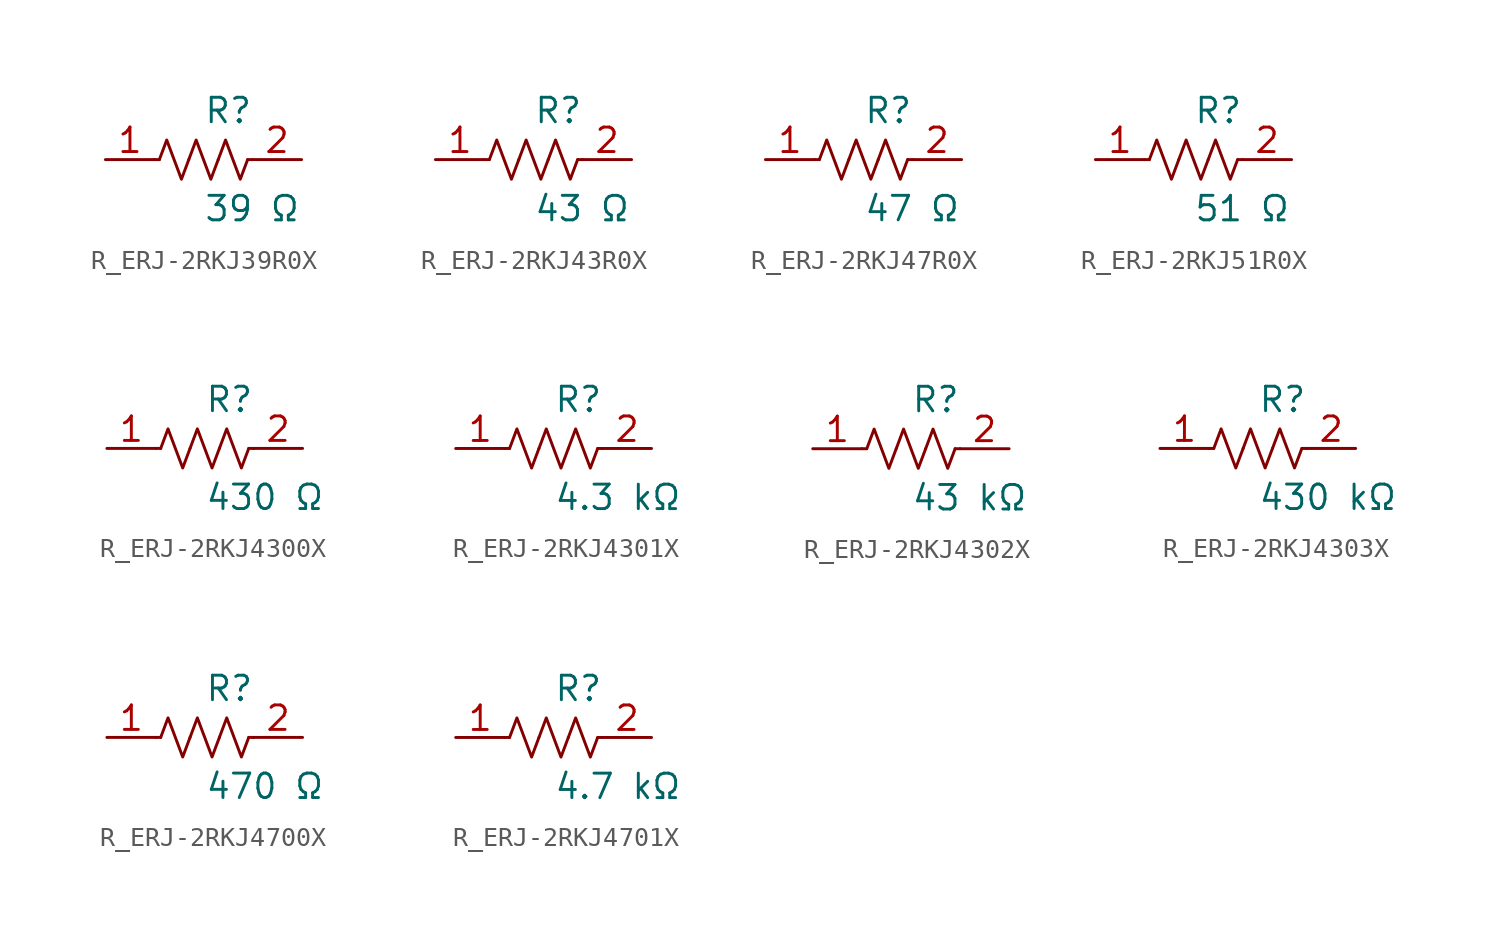
<source format=kicad_sym>
(kicad_symbol_lib
  (version 20231120)
  (generator kicad_symbol_editor)
  (generator_version 8.0)
  (symbol "R_ERJ-2RKJ39R0X"
    (pin_names
      (offset 0.254))
    (property "Reference" "R"
      (at 0 2.54 0)
      (effects (font (size 1.27 1.27)) (justify left)))
    (property "Value" "39 Ω"
      (at 0 -2.54 0)
      (effects (font (size 1.27 1.27)) (justify left)))
    (symbol "R_ERJ-2RKJ39R0X_0_1"
      (polyline (pts (xy 2.286 0) (xy 2.54 0)) (stroke (width 0) (type default)) (fill (type none)))
      (polyline (pts (xy -2.286 0) (xy -2.54 0)) (stroke (width 0) (type default)) (fill (type none)))
      (polyline (pts (xy 0.762 0) (xy 1.143 1.016) (xy 1.524 0) (xy 1.905 -1.016) (xy 2.286 0)) (stroke (width 0) (type default)) (fill (type none)))
      (polyline (pts (xy -0.762 0) (xy -0.381 1.016) (xy 0 0) (xy 0.381 -1.016) (xy 0.762 0)) (stroke (width 0) (type default)) (fill (type none)))
      (polyline (pts (xy -2.286 0) (xy -1.905 1.016) (xy -1.524 0) (xy -1.143 -1.016) (xy -0.762 0)) (stroke (width 0) (type default)) (fill (type none))))
    (pin unspecified line
      (at -5.08 0 0)
      (length 2.54)
      (name "" (effects (font (size 1.27 1.27))))
      (number "1" (effects (font (size 1.27 1.27)))))
    (pin unspecified line
      (at 5.08 0 180)
      (length 2.54)
      (name "" (effects (font (size 1.27 1.27))))
      (number "2" (effects (font (size 1.27 1.27))))))
  (symbol "R_ERJ-2RKJ43R0X"
    (pin_names
      (offset 0.254))
    (property "Reference" "R"
      (at 0 2.54 0)
      (effects (font (size 1.27 1.27)) (justify left)))
    (property "Value" "43 Ω"
      (at 0 -2.54 0)
      (effects (font (size 1.27 1.27)) (justify left)))
    (symbol "R_ERJ-2RKJ43R0X_0_1"
      (polyline (pts (xy 2.286 0) (xy 2.54 0)) (stroke (width 0) (type default)) (fill (type none)))
      (polyline (pts (xy -2.286 0) (xy -2.54 0)) (stroke (width 0) (type default)) (fill (type none)))
      (polyline (pts (xy 0.762 0) (xy 1.143 1.016) (xy 1.524 0) (xy 1.905 -1.016) (xy 2.286 0)) (stroke (width 0) (type default)) (fill (type none)))
      (polyline (pts (xy -0.762 0) (xy -0.381 1.016) (xy 0 0) (xy 0.381 -1.016) (xy 0.762 0)) (stroke (width 0) (type default)) (fill (type none)))
      (polyline (pts (xy -2.286 0) (xy -1.905 1.016) (xy -1.524 0) (xy -1.143 -1.016) (xy -0.762 0)) (stroke (width 0) (type default)) (fill (type none))))
    (pin unspecified line
      (at -5.08 0 0)
      (length 2.54)
      (name "" (effects (font (size 1.27 1.27))))
      (number "1" (effects (font (size 1.27 1.27)))))
    (pin unspecified line
      (at 5.08 0 180)
      (length 2.54)
      (name "" (effects (font (size 1.27 1.27))))
      (number "2" (effects (font (size 1.27 1.27))))))
  (symbol "R_ERJ-2RKJ47R0X"
    (pin_names
      (offset 0.254))
    (property "Reference" "R"
      (at 0 2.54 0)
      (effects (font (size 1.27 1.27)) (justify left)))
    (property "Value" "47 Ω"
      (at 0 -2.54 0)
      (effects (font (size 1.27 1.27)) (justify left)))
    (symbol "R_ERJ-2RKJ47R0X_0_1"
      (polyline (pts (xy 2.286 0) (xy 2.54 0)) (stroke (width 0) (type default)) (fill (type none)))
      (polyline (pts (xy -2.286 0) (xy -2.54 0)) (stroke (width 0) (type default)) (fill (type none)))
      (polyline (pts (xy 0.762 0) (xy 1.143 1.016) (xy 1.524 0) (xy 1.905 -1.016) (xy 2.286 0)) (stroke (width 0) (type default)) (fill (type none)))
      (polyline (pts (xy -0.762 0) (xy -0.381 1.016) (xy 0 0) (xy 0.381 -1.016) (xy 0.762 0)) (stroke (width 0) (type default)) (fill (type none)))
      (polyline (pts (xy -2.286 0) (xy -1.905 1.016) (xy -1.524 0) (xy -1.143 -1.016) (xy -0.762 0)) (stroke (width 0) (type default)) (fill (type none))))
    (pin unspecified line
      (at -5.08 0 0)
      (length 2.54)
      (name "" (effects (font (size 1.27 1.27))))
      (number "1" (effects (font (size 1.27 1.27)))))
    (pin unspecified line
      (at 5.08 0 180)
      (length 2.54)
      (name "" (effects (font (size 1.27 1.27))))
      (number "2" (effects (font (size 1.27 1.27))))))
  (symbol "R_ERJ-2RKJ51R0X"
    (pin_names
      (offset 0.254))
    (property "Reference" "R"
      (at 0 2.54 0)
      (effects (font (size 1.27 1.27)) (justify left)))
    (property "Value" "51 Ω"
      (at 0 -2.54 0)
      (effects (font (size 1.27 1.27)) (justify left)))
    (symbol "R_ERJ-2RKJ51R0X_0_1"
      (polyline (pts (xy 2.286 0) (xy 2.54 0)) (stroke (width 0) (type default)) (fill (type none)))
      (polyline (pts (xy -2.286 0) (xy -2.54 0)) (stroke (width 0) (type default)) (fill (type none)))
      (polyline (pts (xy 0.762 0) (xy 1.143 1.016) (xy 1.524 0) (xy 1.905 -1.016) (xy 2.286 0)) (stroke (width 0) (type default)) (fill (type none)))
      (polyline (pts (xy -0.762 0) (xy -0.381 1.016) (xy 0 0) (xy 0.381 -1.016) (xy 0.762 0)) (stroke (width 0) (type default)) (fill (type none)))
      (polyline (pts (xy -2.286 0) (xy -1.905 1.016) (xy -1.524 0) (xy -1.143 -1.016) (xy -0.762 0)) (stroke (width 0) (type default)) (fill (type none))))
    (pin unspecified line
      (at -5.08 0 0)
      (length 2.54)
      (name "" (effects (font (size 1.27 1.27))))
      (number "1" (effects (font (size 1.27 1.27)))))
    (pin unspecified line
      (at 5.08 0 180)
      (length 2.54)
      (name "" (effects (font (size 1.27 1.27))))
      (number "2" (effects (font (size 1.27 1.27))))))
  (symbol "R_ERJ-2RKJ4300X"
    (pin_names
      (offset 0.254))
    (property "Reference" "R"
      (at 0 2.54 0)
      (effects (font (size 1.27 1.27)) (justify left)))
    (property "Value" "430 Ω"
      (at 0 -2.54 0)
      (effects (font (size 1.27 1.27)) (justify left)))
    (symbol "R_ERJ-2RKJ4300X_0_1"
      (polyline (pts (xy 2.286 0) (xy 2.54 0)) (stroke (width 0) (type default)) (fill (type none)))
      (polyline (pts (xy -2.286 0) (xy -2.54 0)) (stroke (width 0) (type default)) (fill (type none)))
      (polyline (pts (xy 0.762 0) (xy 1.143 1.016) (xy 1.524 0) (xy 1.905 -1.016) (xy 2.286 0)) (stroke (width 0) (type default)) (fill (type none)))
      (polyline (pts (xy -0.762 0) (xy -0.381 1.016) (xy 0 0) (xy 0.381 -1.016) (xy 0.762 0)) (stroke (width 0) (type default)) (fill (type none)))
      (polyline (pts (xy -2.286 0) (xy -1.905 1.016) (xy -1.524 0) (xy -1.143 -1.016) (xy -0.762 0)) (stroke (width 0) (type default)) (fill (type none))))
    (pin unspecified line
      (at -5.08 0 0)
      (length 2.54)
      (name "" (effects (font (size 1.27 1.27))))
      (number "1" (effects (font (size 1.27 1.27)))))
    (pin unspecified line
      (at 5.08 0 180)
      (length 2.54)
      (name "" (effects (font (size 1.27 1.27))))
      (number "2" (effects (font (size 1.27 1.27))))))
  (symbol "R_ERJ-2RKJ4301X"
    (pin_names
      (offset 0.254))
    (property "Reference" "R"
      (at 0 2.54 0)
      (effects (font (size 1.27 1.27)) (justify left)))
    (property "Value" "4.3 kΩ"
      (at 0 -2.54 0)
      (effects (font (size 1.27 1.27)) (justify left)))
    (symbol "R_ERJ-2RKJ4301X_0_1"
      (polyline (pts (xy 2.286 0) (xy 2.54 0)) (stroke (width 0) (type default)) (fill (type none)))
      (polyline (pts (xy -2.286 0) (xy -2.54 0)) (stroke (width 0) (type default)) (fill (type none)))
      (polyline (pts (xy 0.762 0) (xy 1.143 1.016) (xy 1.524 0) (xy 1.905 -1.016) (xy 2.286 0)) (stroke (width 0) (type default)) (fill (type none)))
      (polyline (pts (xy -0.762 0) (xy -0.381 1.016) (xy 0 0) (xy 0.381 -1.016) (xy 0.762 0)) (stroke (width 0) (type default)) (fill (type none)))
      (polyline (pts (xy -2.286 0) (xy -1.905 1.016) (xy -1.524 0) (xy -1.143 -1.016) (xy -0.762 0)) (stroke (width 0) (type default)) (fill (type none))))
    (pin unspecified line
      (at -5.08 0 0)
      (length 2.54)
      (name "" (effects (font (size 1.27 1.27))))
      (number "1" (effects (font (size 1.27 1.27)))))
    (pin unspecified line
      (at 5.08 0 180)
      (length 2.54)
      (name "" (effects (font (size 1.27 1.27))))
      (number "2" (effects (font (size 1.27 1.27))))))
  (symbol "R_ERJ-2RKJ4302X"
    (pin_names
      (offset 0.254))
    (property "Reference" "R"
      (at 0 2.54 0)
      (effects (font (size 1.27 1.27)) (justify left)))
    (property "Value" "43 kΩ"
      (at 0 -2.54 0)
      (effects (font (size 1.27 1.27)) (justify left)))
    (symbol "R_ERJ-2RKJ4302X_0_1"
      (polyline (pts (xy 2.286 0) (xy 2.54 0)) (stroke (width 0) (type default)) (fill (type none)))
      (polyline (pts (xy -2.286 0) (xy -2.54 0)) (stroke (width 0) (type default)) (fill (type none)))
      (polyline (pts (xy 0.762 0) (xy 1.143 1.016) (xy 1.524 0) (xy 1.905 -1.016) (xy 2.286 0)) (stroke (width 0) (type default)) (fill (type none)))
      (polyline (pts (xy -0.762 0) (xy -0.381 1.016) (xy 0 0) (xy 0.381 -1.016) (xy 0.762 0)) (stroke (width 0) (type default)) (fill (type none)))
      (polyline (pts (xy -2.286 0) (xy -1.905 1.016) (xy -1.524 0) (xy -1.143 -1.016) (xy -0.762 0)) (stroke (width 0) (type default)) (fill (type none))))
    (pin unspecified line
      (at -5.08 0 0)
      (length 2.54)
      (name "" (effects (font (size 1.27 1.27))))
      (number "1" (effects (font (size 1.27 1.27)))))
    (pin unspecified line
      (at 5.08 0 180)
      (length 2.54)
      (name "" (effects (font (size 1.27 1.27))))
      (number "2" (effects (font (size 1.27 1.27))))))
  (symbol "R_ERJ-2RKJ4303X"
    (pin_names
      (offset 0.254))
    (property "Reference" "R"
      (at 0 2.54 0)
      (effects (font (size 1.27 1.27)) (justify left)))
    (property "Value" "430 kΩ"
      (at 0 -2.54 0)
      (effects (font (size 1.27 1.27)) (justify left)))
    (symbol "R_ERJ-2RKJ4303X_0_1"
      (polyline (pts (xy 2.286 0) (xy 2.54 0)) (stroke (width 0) (type default)) (fill (type none)))
      (polyline (pts (xy -2.286 0) (xy -2.54 0)) (stroke (width 0) (type default)) (fill (type none)))
      (polyline (pts (xy 0.762 0) (xy 1.143 1.016) (xy 1.524 0) (xy 1.905 -1.016) (xy 2.286 0)) (stroke (width 0) (type default)) (fill (type none)))
      (polyline (pts (xy -0.762 0) (xy -0.381 1.016) (xy 0 0) (xy 0.381 -1.016) (xy 0.762 0)) (stroke (width 0) (type default)) (fill (type none)))
      (polyline (pts (xy -2.286 0) (xy -1.905 1.016) (xy -1.524 0) (xy -1.143 -1.016) (xy -0.762 0)) (stroke (width 0) (type default)) (fill (type none))))
    (pin unspecified line
      (at -5.08 0 0)
      (length 2.54)
      (name "" (effects (font (size 1.27 1.27))))
      (number "1" (effects (font (size 1.27 1.27)))))
    (pin unspecified line
      (at 5.08 0 180)
      (length 2.54)
      (name "" (effects (font (size 1.27 1.27))))
      (number "2" (effects (font (size 1.27 1.27))))))
  (symbol "R_ERJ-2RKJ4700X"
    (pin_names
      (offset 0.254))
    (property "Reference" "R"
      (at 0 2.54 0)
      (effects (font (size 1.27 1.27)) (justify left)))
    (property "Value" "470 Ω"
      (at 0 -2.54 0)
      (effects (font (size 1.27 1.27)) (justify left)))
    (symbol "R_ERJ-2RKJ4700X_0_1"
      (polyline (pts (xy 2.286 0) (xy 2.54 0)) (stroke (width 0) (type default)) (fill (type none)))
      (polyline (pts (xy -2.286 0) (xy -2.54 0)) (stroke (width 0) (type default)) (fill (type none)))
      (polyline (pts (xy 0.762 0) (xy 1.143 1.016) (xy 1.524 0) (xy 1.905 -1.016) (xy 2.286 0)) (stroke (width 0) (type default)) (fill (type none)))
      (polyline (pts (xy -0.762 0) (xy -0.381 1.016) (xy 0 0) (xy 0.381 -1.016) (xy 0.762 0)) (stroke (width 0) (type default)) (fill (type none)))
      (polyline (pts (xy -2.286 0) (xy -1.905 1.016) (xy -1.524 0) (xy -1.143 -1.016) (xy -0.762 0)) (stroke (width 0) (type default)) (fill (type none))))
    (pin unspecified line
      (at -5.08 0 0)
      (length 2.54)
      (name "" (effects (font (size 1.27 1.27))))
      (number "1" (effects (font (size 1.27 1.27)))))
    (pin unspecified line
      (at 5.08 0 180)
      (length 2.54)
      (name "" (effects (font (size 1.27 1.27))))
      (number "2" (effects (font (size 1.27 1.27))))))
  (symbol "R_ERJ-2RKJ4701X"
    (pin_names
      (offset 0.254))
    (property "Reference" "R"
      (at 0 2.54 0)
      (effects (font (size 1.27 1.27)) (justify left)))
    (property "Value" "4.7 kΩ"
      (at 0 -2.54 0)
      (effects (font (size 1.27 1.27)) (justify left)))
    (symbol "R_ERJ-2RKJ4701X_0_1"
      (polyline (pts (xy 2.286 0) (xy 2.54 0)) (stroke (width 0) (type default)) (fill (type none)))
      (polyline (pts (xy -2.286 0) (xy -2.54 0)) (stroke (width 0) (type default)) (fill (type none)))
      (polyline (pts (xy 0.762 0) (xy 1.143 1.016) (xy 1.524 0) (xy 1.905 -1.016) (xy 2.286 0)) (stroke (width 0) (type default)) (fill (type none)))
      (polyline (pts (xy -0.762 0) (xy -0.381 1.016) (xy 0 0) (xy 0.381 -1.016) (xy 0.762 0)) (stroke (width 0) (type default)) (fill (type none)))
      (polyline (pts (xy -2.286 0) (xy -1.905 1.016) (xy -1.524 0) (xy -1.143 -1.016) (xy -0.762 0)) (stroke (width 0) (type default)) (fill (type none))))
    (pin unspecified line
      (at -5.08 0 0)
      (length 2.54)
      (name "" (effects (font (size 1.27 1.27))))
      (number "1" (effects (font (size 1.27 1.27)))))
    (pin unspecified line
      (at 5.08 0 180)
      (length 2.54)
      (name "" (effects (font (size 1.27 1.27))))
      (number "2" (effects (font (size 1.27 1.27)))))))
</source>
